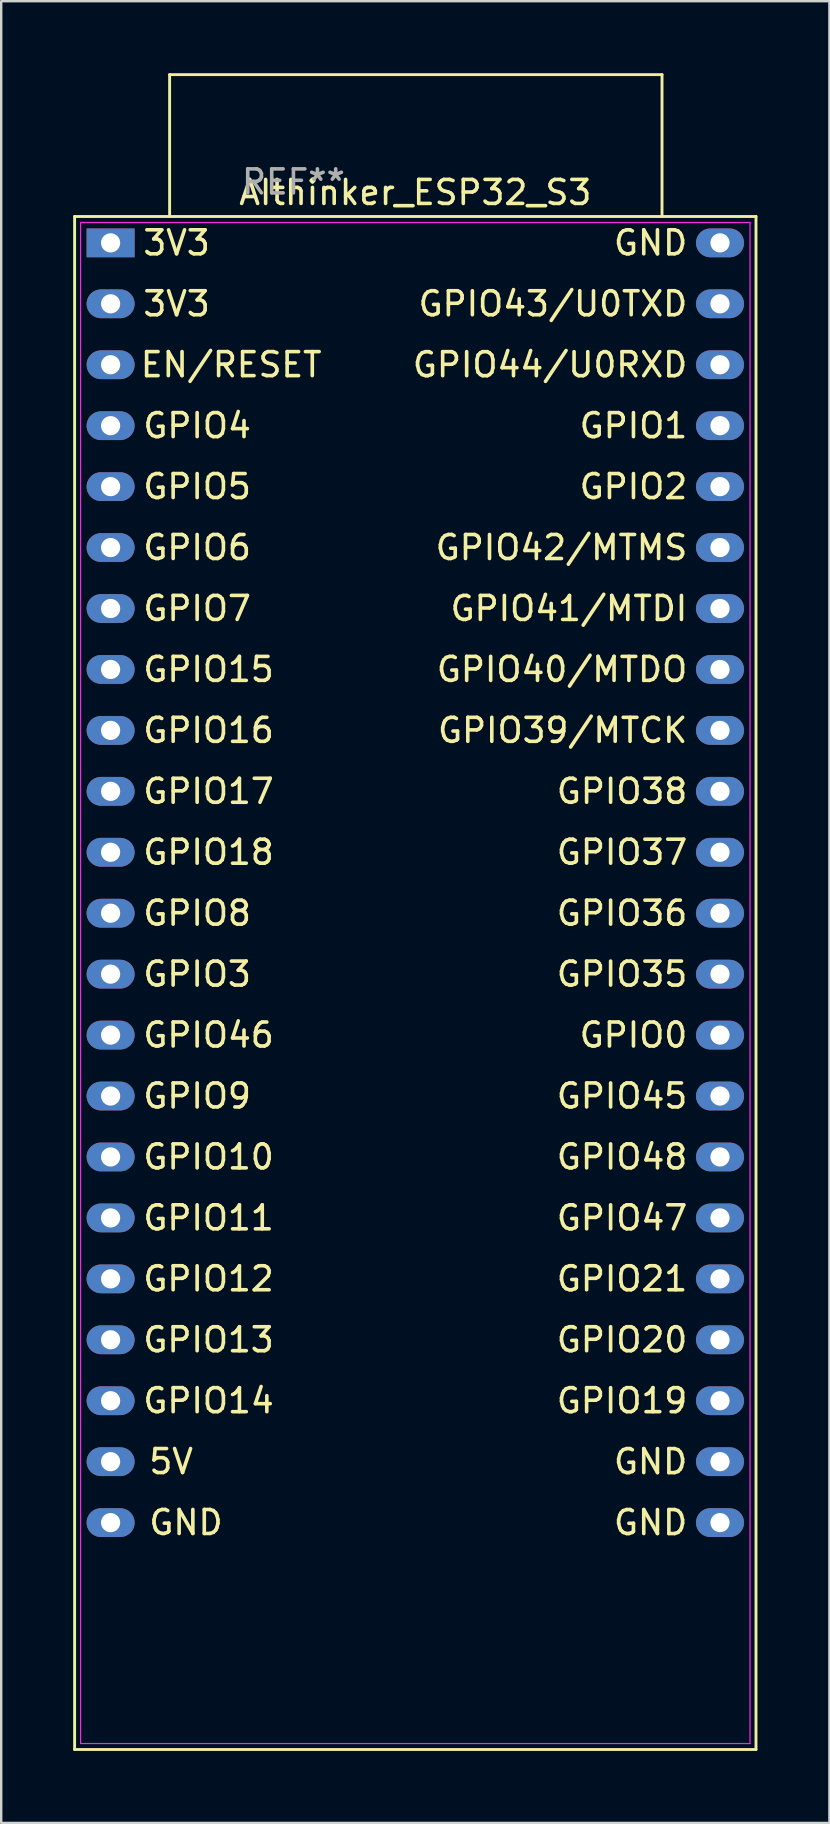
<source format=kicad_pcb>
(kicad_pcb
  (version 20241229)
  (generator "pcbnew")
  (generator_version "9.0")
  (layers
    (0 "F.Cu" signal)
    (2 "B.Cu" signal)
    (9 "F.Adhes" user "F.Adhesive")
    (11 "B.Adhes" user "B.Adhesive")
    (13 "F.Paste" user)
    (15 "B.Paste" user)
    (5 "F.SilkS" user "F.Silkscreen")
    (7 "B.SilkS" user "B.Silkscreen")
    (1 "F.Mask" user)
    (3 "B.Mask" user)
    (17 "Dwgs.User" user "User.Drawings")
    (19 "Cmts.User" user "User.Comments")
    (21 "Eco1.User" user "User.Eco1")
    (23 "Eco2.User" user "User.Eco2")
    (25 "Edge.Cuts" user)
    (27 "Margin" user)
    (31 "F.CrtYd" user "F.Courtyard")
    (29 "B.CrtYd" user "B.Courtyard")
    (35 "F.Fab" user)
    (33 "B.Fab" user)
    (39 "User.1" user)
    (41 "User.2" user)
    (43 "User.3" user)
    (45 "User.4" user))
  (footprint "AIthinker_ESP32_S3"
    (layer "F.Cu")
    (at 1.56 7.073)
    (property "Reference" "AIthinker_ESP32_S3" (at 12.7 -2.1 0) (layer "F.SilkS") (effects (font (size 1 1) (thickness 0.15))))
    (attr through_hole)
    (fp_line (start -1.5 62.797) (end 26.9 62.797) (stroke (width 0.12) (type solid)) (layer "F.SilkS"))
    (fp_line (start -1.5 -1.1) (end -1.5 62.797) (stroke (width 0.12) (type solid)) (layer "F.SilkS"))
    (fp_line (start 2.46 -7.013) (end 22.983 -7.013) (stroke (width 0.12) (type solid)) (layer "F.SilkS"))
    (fp_line (start 2.46 -1.12) (end 2.46 -7.013) (stroke (width 0.12) (type solid)) (layer "F.SilkS"))
    (fp_line (start 22.983 -7.013) (end 22.983 -1.12) (stroke (width 0.12) (type solid)) (layer "F.SilkS"))
    (fp_line (start 26.9 62.797) (end 26.9 -1.1) (stroke (width 0.12) (type solid)) (layer "F.SilkS"))
    (fp_line (start 26.9 -1.1) (end -1.5 -1.1) (stroke (width 0.12) (type solid)) (layer "F.SilkS"))
    (fp_line (start -1.25 -0.85) (end 26.65 -0.85) (stroke (width 0.05) (type solid)) (layer "F.CrtYd"))
    (fp_line (start -1.25 62.547) (end -1.25 -0.85) (stroke (width 0.05) (type solid)) (layer "F.CrtYd"))
    (fp_line (start 26.65 -0.85) (end 26.65 62.547) (stroke (width 0.05) (type solid)) (layer "F.CrtYd"))
    (fp_line (start 26.65 62.547) (end -1.25 62.547) (stroke (width 0.05) (type solid)) (layer "F.CrtYd"))
    (fp_text user "GPIO10" (at 1.27 38.1 0) (unlocked yes) (layer "F.SilkS") (effects (font (size 1 1) (thickness 0.15)) (justify left)))
    (fp_text user "GPIO4" (at 1.27 7.62 0) (unlocked yes) (layer "F.SilkS") (effects (font (size 1 1) (thickness 0.15)) (justify left)))
    (fp_text user "GPIO40/MTDO" (at 24.13 17.78 0) (unlocked yes) (layer "F.SilkS") (effects (font (size 1 1) (thickness 0.15)) (justify right)))
    (fp_text user "GPIO43/U0TXD" (at 24.13 2.54 0) (unlocked yes) (layer "F.SilkS") (effects (font (size 1 1) (thickness 0.15)) (justify right)))
    (fp_text user "GPIO45" (at 24.13 35.56 0) (unlocked yes) (layer "F.SilkS") (effects (font (size 1 1) (thickness 0.15)) (justify right)))
    (fp_text user "GPIO7" (at 1.27 15.24 0) (unlocked yes) (layer "F.SilkS") (effects (font (size 1 1) (thickness 0.15)) (justify left)))
    (fp_text user "GPIO38" (at 24.13 22.86 0) (unlocked yes) (layer "F.SilkS") (effects (font (size 1 1) (thickness 0.15)) (justify right)))
    (fp_text user "GPIO18" (at 1.27 25.4 0) (unlocked yes) (layer "F.SilkS") (effects (font (size 1 1) (thickness 0.15)) (justify left)))
    (fp_text user "GPIO0" (at 24.13 33.02 0) (unlocked yes) (layer "F.SilkS") (effects (font (size 1 1) (thickness 0.15)) (justify right)))
    (fp_text user "GPIO20" (at 24.13 45.72 0) (unlocked yes) (layer "F.SilkS") (effects (font (size 1 1) (thickness 0.15)) (justify right)))
    (fp_text user "GPIO11" (at 1.27 40.64 0) (unlocked yes) (layer "F.SilkS") (effects (font (size 1 1) (thickness 0.15)) (justify left)))
    (fp_text user "GPIO2" (at 24.13 10.16 0) (unlocked yes) (layer "F.SilkS") (effects (font (size 1 1) (thickness 0.15)) (justify right)))
    (fp_text user "GPIO47" (at 24.13 40.64 0) (unlocked yes) (layer "F.SilkS") (effects (font (size 1 1) (thickness 0.15)) (justify right)))
    (fp_text user "GPIO5" (at 1.27 10.16 0) (unlocked yes) (layer "F.SilkS") (effects (font (size 1 1) (thickness 0.15)) (justify left)))
    (fp_text user "GPIO17" (at 1.27 22.86 0) (unlocked yes) (layer "F.SilkS") (effects (font (size 1 1) (thickness 0.15)) (justify left)))
    (fp_text user "GPIO15" (at 1.27 17.78 0) (unlocked yes) (layer "F.SilkS") (effects (font (size 1 1) (thickness 0.15)) (justify left)))
    (fp_text user "GPIO3" (at 1.27 30.48 0) (unlocked yes) (layer "F.SilkS") (effects (font (size 1 1) (thickness 0.15)) (justify left)))
    (fp_text user "GND" (at 24.13 50.8 0) (unlocked yes) (layer "F.SilkS") (effects (font (size 1 1) (thickness 0.15)) (justify right)))
    (fp_text user "GPIO13" (at 1.27 45.72 0) (unlocked yes) (layer "F.SilkS") (effects (font (size 1 1) (thickness 0.15)) (justify left)))
    (fp_text user "GPIO19" (at 24.13 48.26 0) (unlocked yes) (layer "F.SilkS") (effects (font (size 1 1) (thickness 0.15)) (justify right)))
    (fp_text user "GPIO41/MTDI" (at 24.13 15.24 0) (unlocked yes) (layer "F.SilkS") (effects (font (size 1 1) (thickness 0.15)) (justify right)))
    (fp_text user "GPIO35" (at 24.13 30.48 0) (unlocked yes) (layer "F.SilkS") (effects (font (size 1 1) (thickness 0.15)) (justify right)))
    (fp_text user "GPIO48" (at 24.13 38.1 0) (unlocked yes) (layer "F.SilkS") (effects (font (size 1 1) (thickness 0.15)) (justify right)))
    (fp_text user "GND" (at 1.52 53.337 0) (unlocked yes) (layer "F.SilkS") (effects (font (size 1 1) (thickness 0.15)) (justify left)))
    (fp_text user "GPIO42/MTMS" (at 24.13 12.7 0) (unlocked yes) (layer "F.SilkS") (effects (font (size 1 1) (thickness 0.15)) (justify right)))
    (fp_text user "GND" (at 24.13 0 0) (unlocked yes) (layer "F.SilkS") (effects (font (size 1 1) (thickness 0.15)) (justify right)))
    (fp_text user "EN/RESET" (at 8.886 5.077 0) (unlocked yes) (layer "F.SilkS") (effects (font (size 1 1) (thickness 0.15)) (justify right)))
    (fp_text user "3V3" (at 1.27 0 0) (unlocked yes) (layer "F.SilkS") (effects (font (size 1 1) (thickness 0.15)) (justify left)))
    (fp_text user "3V3" (at 1.27 2.54 0) (unlocked yes) (layer "F.SilkS") (effects (font (size 1 1) (thickness 0.15)) (justify left)))
    (fp_text user "GPIO46" (at 1.27 33.02 0) (unlocked yes) (layer "F.SilkS") (effects (font (size 1 1) (thickness 0.15)) (justify left)))
    (fp_text user "GPIO36" (at 24.13 27.94 0) (unlocked yes) (layer "F.SilkS") (effects (font (size 1 1) (thickness 0.15)) (justify right)))
    (fp_text user "GPIO14" (at 1.27 48.26 0) (unlocked yes) (layer "F.SilkS") (effects (font (size 1 1) (thickness 0.15)) (justify left)))
    (fp_text user "5V" (at 1.52 50.797 0) (unlocked yes) (layer "F.SilkS") (effects (font (size 1 1) (thickness 0.15)) (justify left)))
    (fp_text user "GPIO12" (at 1.27 43.18 0) (unlocked yes) (layer "F.SilkS") (effects (font (size 1 1) (thickness 0.15)) (justify left)))
    (fp_text user "GPIO44/U0RXD" (at 24.13 5.08 0) (unlocked yes) (layer "F.SilkS") (effects (font (size 1 1) (thickness 0.15)) (justify right)))
    (fp_text user "GPIO1" (at 24.13 7.62 0) (unlocked yes) (layer "F.SilkS") (effects (font (size 1 1) (thickness 0.15)) (justify right)))
    (fp_text user "GPIO37" (at 24.13 25.4 0) (unlocked yes) (layer "F.SilkS") (effects (font (size 1 1) (thickness 0.15)) (justify right)))
    (fp_text user "GPIO9" (at 1.27 35.56 0) (unlocked yes) (layer "F.SilkS") (effects (font (size 1 1) (thickness 0.15)) (justify left)))
    (fp_text user "GPIO16" (at 1.27 20.32 0) (unlocked yes) (layer "F.SilkS") (effects (font (size 1 1) (thickness 0.15)) (justify left)))
    (fp_text user "GPIO6" (at 1.27 12.7 0) (unlocked yes) (layer "F.SilkS") (effects (font (size 1 1) (thickness 0.15)) (justify left)))
    (fp_text user "GPIO39/MTCK" (at 24.13 20.32 0) (unlocked yes) (layer "F.SilkS") (effects (font (size 1 1) (thickness 0.15)) (justify right)))
    (fp_text user "GPIO21" (at 24.13 43.18 0) (unlocked yes) (layer "F.SilkS") (effects (font (size 1 1) (thickness 0.15)) (justify right)))
    (fp_text user "GPIO8" (at 1.27 27.94 0) (unlocked yes) (layer "F.SilkS") (effects (font (size 1 1) (thickness 0.15)) (justify left)))
    (fp_text user "GND" (at 24.13 53.34 0) (unlocked yes) (layer "F.SilkS") (effects (font (size 1 1) (thickness 0.15)) (justify right)))
    (fp_text user "REF**" (at 7.62 -2.54 0) (layer "F.Fab") (effects (font (size 1 1) (thickness 0.15))))
    (pad "1" thru_hole rect (at 0 0 270) (size 1.2 2) (drill 0.8) (layers "*.Cu" "*.Mask"))
    (pad "2" thru_hole oval (at 0 2.54 270) (size 1.2 2) (drill 0.8) (layers "*.Cu" "*.Mask"))
    (pad "3" thru_hole oval (at 0 5.08 270) (size 1.2 2) (drill 0.8) (layers "*.Cu" "*.Mask"))
    (pad "4" thru_hole oval (at 0 7.62 270) (size 1.2 2) (drill 0.8) (layers "*.Cu" "*.Mask"))
    (pad "5" thru_hole oval (at 0 10.16 270) (size 1.2 2) (drill 0.8) (layers "*.Cu" "*.Mask"))
    (pad "6" thru_hole oval (at 0 12.7 270) (size 1.2 2) (drill 0.8) (layers "*.Cu" "*.Mask"))
    (pad "7" thru_hole oval (at 0 15.24 270) (size 1.2 2) (drill 0.8) (layers "*.Cu" "*.Mask"))
    (pad "8" thru_hole oval (at 0 17.78 270) (size 1.2 2) (drill 0.8) (layers "*.Cu" "*.Mask"))
    (pad "9" thru_hole oval (at 0 20.32 270) (size 1.2 2) (drill 0.8) (layers "*.Cu" "*.Mask"))
    (pad "10" thru_hole oval (at 0 22.86 270) (size 1.2 2) (drill 0.8) (layers "*.Cu" "*.Mask"))
    (pad "11" thru_hole oval (at 0 25.4 270) (size 1.2 2) (drill 0.8) (layers "*.Cu" "*.Mask"))
    (pad "12" thru_hole oval (at 0 27.94 270) (size 1.2 2) (drill 0.8) (layers "*.Cu" "*.Mask"))
    (pad "13" thru_hole oval (at 0 30.48 270) (size 1.2 2) (drill 0.8) (layers "*.Cu" "*.Mask"))
    (pad "14" thru_hole oval (at 0 33.02 270) (size 1.2 2) (drill 0.8) (layers "*.Cu" "*.Mask"))
    (pad "15" thru_hole oval (at 0 35.56 270) (size 1.2 2) (drill 0.8) (layers "*.Cu" "*.Mask"))
    (pad "16" thru_hole oval (at 0 38.1 270) (size 1.2 2) (drill 0.8) (layers "*.Cu" "*.Mask"))
    (pad "17" thru_hole oval (at 0 40.64 270) (size 1.2 2) (drill 0.8) (layers "*.Cu" "*.Mask"))
    (pad "18" thru_hole oval (at 0 43.18 270) (size 1.2 2) (drill 0.8) (layers "*.Cu" "*.Mask"))
    (pad "19" thru_hole oval (at 0 45.72 270) (size 1.2 2) (drill 0.8) (layers "*.Cu" "*.Mask"))
    (pad "20" thru_hole oval (at 0 48.26 270) (size 1.2 2) (drill 0.8) (layers "*.Cu" "*.Mask"))
    (pad "21" thru_hole oval (at 0 50.8 270) (size 1.2 2) (drill 0.8) (layers "*.Cu" "*.Mask"))
    (pad "22" thru_hole oval (at 0 53.34 270) (size 1.2 2) (drill 0.8) (layers "*.Cu" "*.Mask"))
    (pad "23" thru_hole oval (at 25.4 53.34 270) (size 1.2 2) (drill 0.8) (layers "*.Cu" "*.Mask"))
    (pad "24" thru_hole oval (at 25.4 50.8 270) (size 1.2 2) (drill 0.8) (layers "*.Cu" "*.Mask"))
    (pad "25" thru_hole oval (at 25.4 48.26 270) (size 1.2 2) (drill 0.8) (layers "*.Cu" "*.Mask"))
    (pad "26" thru_hole oval (at 25.4 45.72 270) (size 1.2 2) (drill 0.8) (layers "*.Cu" "*.Mask"))
    (pad "27" thru_hole oval (at 25.4 43.18 270) (size 1.2 2) (drill 0.8) (layers "*.Cu" "*.Mask"))
    (pad "28" thru_hole oval (at 25.4 40.64 270) (size 1.2 2) (drill 0.8) (layers "*.Cu" "*.Mask"))
    (pad "29" thru_hole oval (at 25.4 38.1 270) (size 1.2 2) (drill 0.8) (layers "*.Cu" "*.Mask"))
    (pad "30" thru_hole oval (at 25.4 35.56 270) (size 1.2 2) (drill 0.8) (layers "*.Cu" "*.Mask"))
    (pad "31" thru_hole oval (at 25.4 33.02 270) (size 1.2 2) (drill 0.8) (layers "*.Cu" "*.Mask"))
    (pad "32" thru_hole oval (at 25.4 30.48 270) (size 1.2 2) (drill 0.8) (layers "*.Cu" "*.Mask"))
    (pad "33" thru_hole oval (at 25.4 27.94 270) (size 1.2 2) (drill 0.8) (layers "*.Cu" "*.Mask"))
    (pad "34" thru_hole oval (at 25.4 25.4 270) (size 1.2 2) (drill 0.8) (layers "*.Cu" "*.Mask"))
    (pad "35" thru_hole oval (at 25.4 22.86 270) (size 1.2 2) (drill 0.8) (layers "*.Cu" "*.Mask"))
    (pad "36" thru_hole oval (at 25.4 20.32 270) (size 1.2 2) (drill 0.8) (layers "*.Cu" "*.Mask"))
    (pad "37" thru_hole oval (at 25.4 17.78 270) (size 1.2 2) (drill 0.8) (layers "*.Cu" "*.Mask"))
    (pad "38" thru_hole oval (at 25.4 15.24 270) (size 1.2 2) (drill 0.8) (layers "*.Cu" "*.Mask"))
    (pad "39" thru_hole oval (at 25.4 12.7 270) (size 1.2 2) (drill 0.8) (layers "*.Cu" "*.Mask"))
    (pad "40" thru_hole oval (at 25.4 10.16 270) (size 1.2 2) (drill 0.8) (layers "*.Cu" "*.Mask"))
    (pad "41" thru_hole oval (at 25.4 7.62 270) (size 1.2 2) (drill 0.8) (layers "*.Cu" "*.Mask"))
    (pad "42" thru_hole oval (at 25.4 5.08 270) (size 1.2 2) (drill 0.8) (layers "*.Cu" "*.Mask"))
    (pad "43" thru_hole oval (at 25.4 2.54 270) (size 1.2 2) (drill 0.8) (layers "*.Cu" "*.Mask"))
    (pad "44" thru_hole oval (at 25.4 0 270) (size 1.2 2) (drill 0.8) (layers "*.Cu" "*.Mask")))
  (gr_rect
    (start -3 -3)
    (end 31.52 72.93)
    (stroke (width 0.1) (type default))
    (fill no)
    (layer "Edge.Cuts")))
</source>
